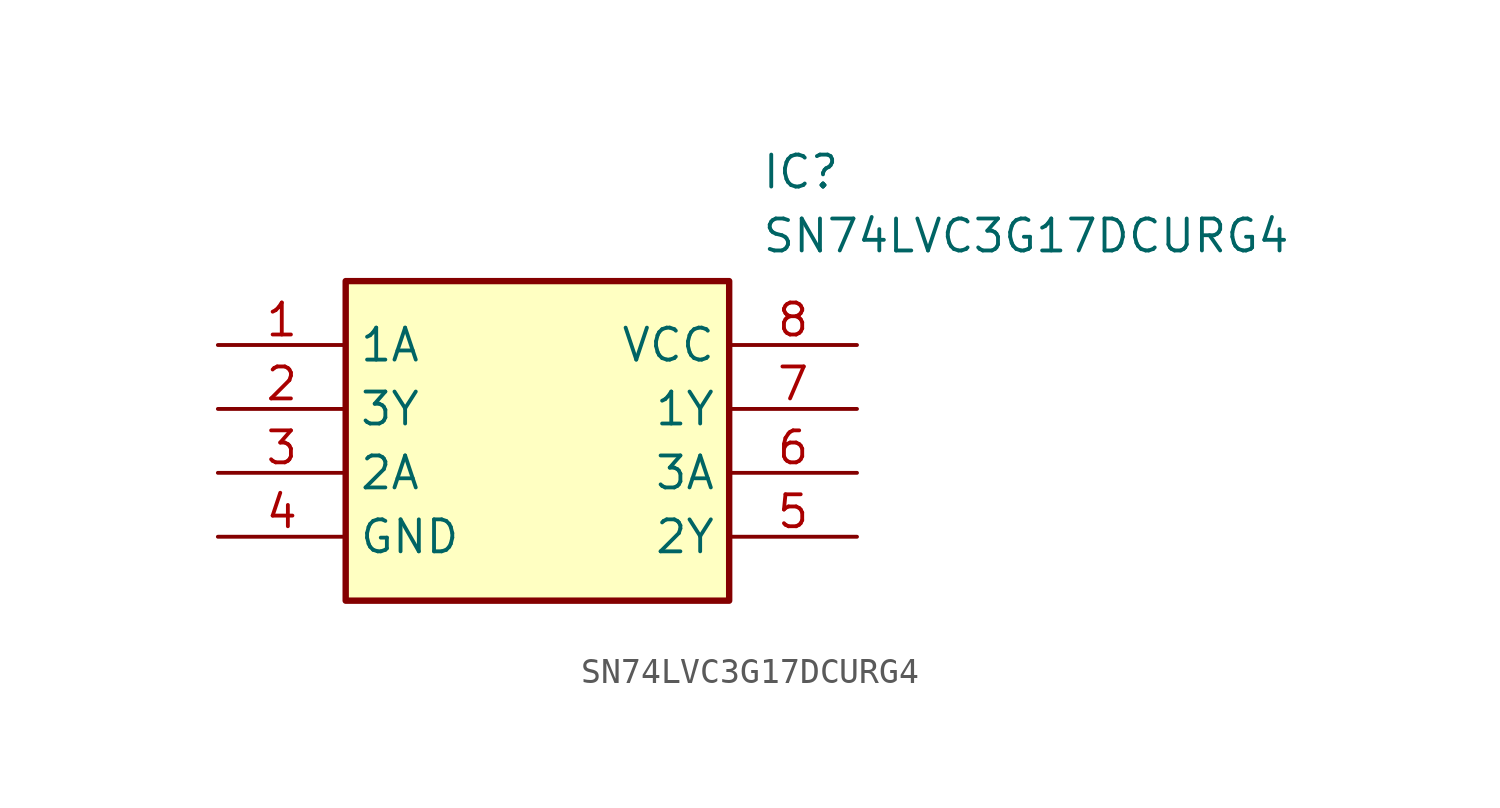
<source format=kicad_sym>
(kicad_symbol_lib
  (version 20211014)
  (generator SamacSys_ECAD_Model)
  (symbol "SN74LVC3G17DCURG4"
    (property "Reference" "IC"
      (at 21.59 7.62 0)
      (effects (font (size 1.27 1.27)) (justify left top)))
    (property "Value" "SN74LVC3G17DCURG4"
      (at 21.59 5.08 0)
      (effects (font (size 1.27 1.27)) (justify left top)))
    (rectangle
      (start 5.08 2.54)
      (end 20.32 -10.16)
      (stroke (width 0.254) (type default))
      (fill (type background)))
    (pin passive line
      (at 0 0 0)
      (length 5.08)
      (name "1A" (effects (font (size 1.27 1.27))))
      (number "1" (effects (font (size 1.27 1.27)))))
    (pin passive line
      (at 0 -2.54 0)
      (length 5.08)
      (name "3Y" (effects (font (size 1.27 1.27))))
      (number "2" (effects (font (size 1.27 1.27)))))
    (pin passive line
      (at 0 -5.08 0)
      (length 5.08)
      (name "2A" (effects (font (size 1.27 1.27))))
      (number "3" (effects (font (size 1.27 1.27)))))
    (pin passive line
      (at 0 -7.62 0)
      (length 5.08)
      (name "GND" (effects (font (size 1.27 1.27))))
      (number "4" (effects (font (size 1.27 1.27)))))
    (pin passive line
      (at 25.4 0 180)
      (length 5.08)
      (name "VCC" (effects (font (size 1.27 1.27))))
      (number "8" (effects (font (size 1.27 1.27)))))
    (pin passive line
      (at 25.4 -2.54 180)
      (length 5.08)
      (name "1Y" (effects (font (size 1.27 1.27))))
      (number "7" (effects (font (size 1.27 1.27)))))
    (pin passive line
      (at 25.4 -5.08 180)
      (length 5.08)
      (name "3A" (effects (font (size 1.27 1.27))))
      (number "6" (effects (font (size 1.27 1.27)))))
    (pin passive line
      (at 25.4 -7.62 180)
      (length 5.08)
      (name "2Y" (effects (font (size 1.27 1.27))))
      (number "5" (effects (font (size 1.27 1.27)))))))
</source>
